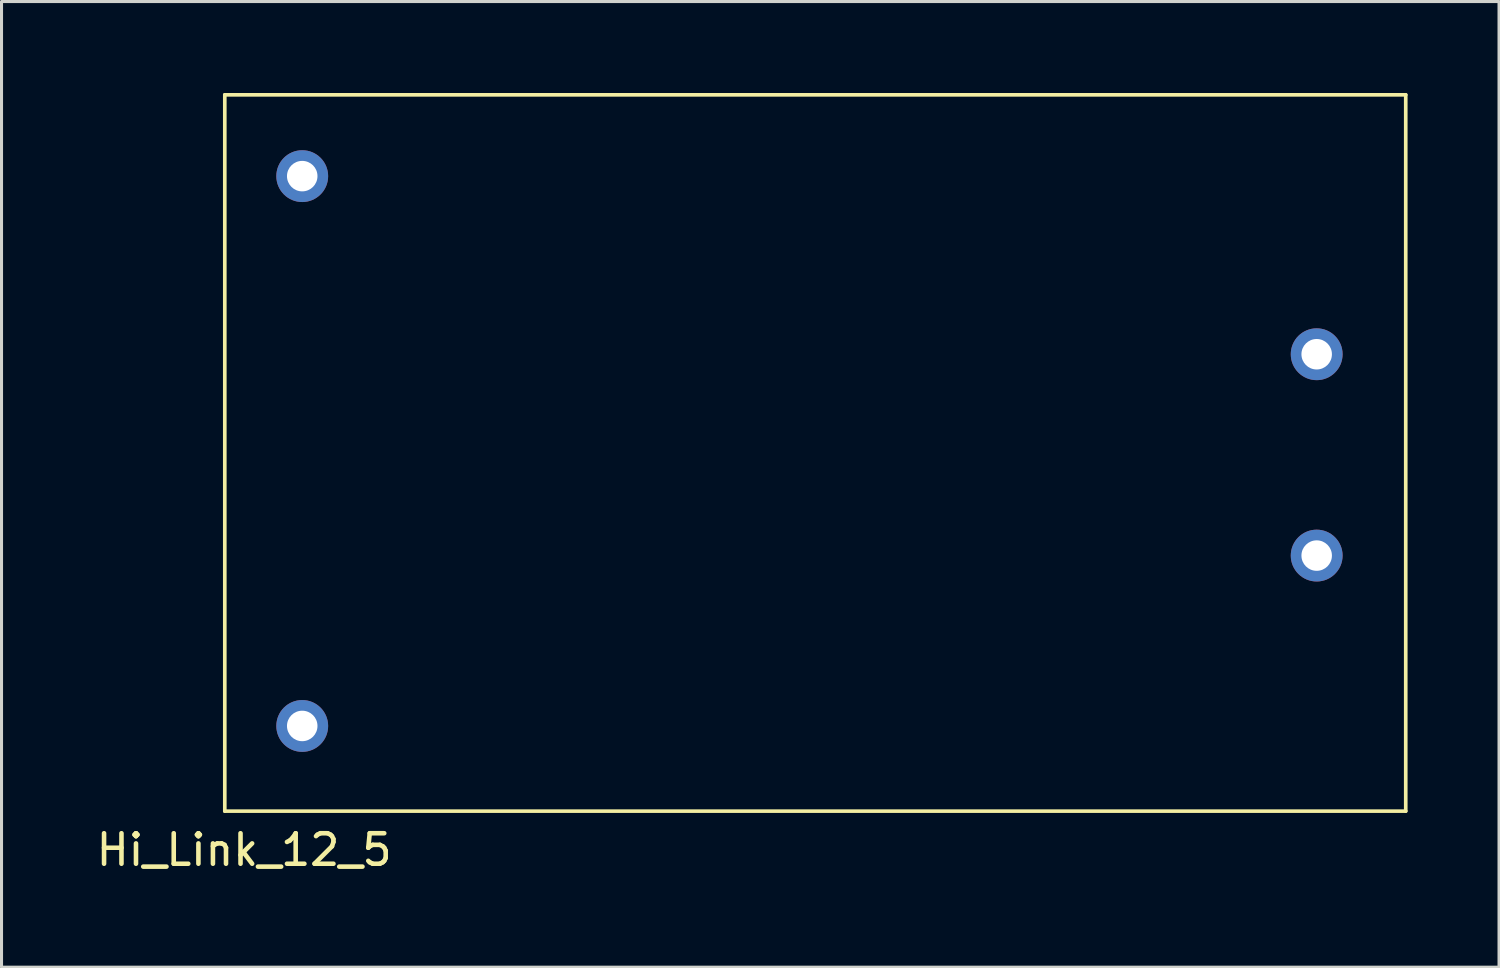
<source format=kicad_pcb>
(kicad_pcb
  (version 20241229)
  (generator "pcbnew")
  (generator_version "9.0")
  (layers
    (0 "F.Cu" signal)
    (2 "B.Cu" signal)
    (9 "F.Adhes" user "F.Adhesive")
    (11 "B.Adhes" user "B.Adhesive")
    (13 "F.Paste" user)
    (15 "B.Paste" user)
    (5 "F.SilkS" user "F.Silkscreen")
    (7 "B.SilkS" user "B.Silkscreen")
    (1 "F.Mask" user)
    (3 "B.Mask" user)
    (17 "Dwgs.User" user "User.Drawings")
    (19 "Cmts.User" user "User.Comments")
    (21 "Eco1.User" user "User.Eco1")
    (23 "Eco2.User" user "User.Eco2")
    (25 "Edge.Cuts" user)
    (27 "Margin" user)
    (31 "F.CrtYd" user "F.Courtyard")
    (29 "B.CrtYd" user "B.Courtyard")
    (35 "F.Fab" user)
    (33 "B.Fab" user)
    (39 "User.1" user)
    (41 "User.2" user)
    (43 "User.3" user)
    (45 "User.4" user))
  (footprint "Hi_Link_12_5"
    (layer "F.Cu")
    (at 4.323 23.555)
    (property "Reference" "Hi_Link_12_5" (at 0.635 1.27 0) (layer "F.SilkS") (effects (font (size 1 1) (thickness 0.15))))
    (attr through_hole)
    (fp_line (start 0 -23.495) (end 38.735 -23.495) (stroke (width 0.12) (type solid)) (layer "F.SilkS"))
    (fp_line (start 0 0) (end 0 -23.495) (stroke (width 0.12) (type solid)) (layer "F.SilkS"))
    (fp_line (start 0 0) (end 38.735 0) (stroke (width 0.12) (type solid)) (layer "F.SilkS"))
    (fp_line (start 38.735 0) (end 38.735 -23.495) (stroke (width 0.12) (type solid)) (layer "F.SilkS"))
    (pad "1" thru_hole circle (at 35.814 -8.382) (size 1.7 1.7) (drill 1) (layers "*.Cu" "*.Mask"))
    (pad "2" thru_hole circle (at 35.814 -14.986) (size 1.7 1.7) (drill 1) (layers "*.Cu" "*.Mask"))
    (pad "3" thru_hole circle (at 2.54 -2.794) (size 1.7 1.7) (drill 1) (layers "*.Cu" "*.Mask"))
    (pad "4" thru_hole circle (at 2.54 -20.828) (size 1.7 1.7) (drill 1) (layers "*.Cu" "*.Mask")))
  (gr_rect
    (start -3 -3)
    (end 46.118 28.673)
    (stroke (width 0.1) (type default))
    (fill no)
    (layer "Edge.Cuts")))
</source>
